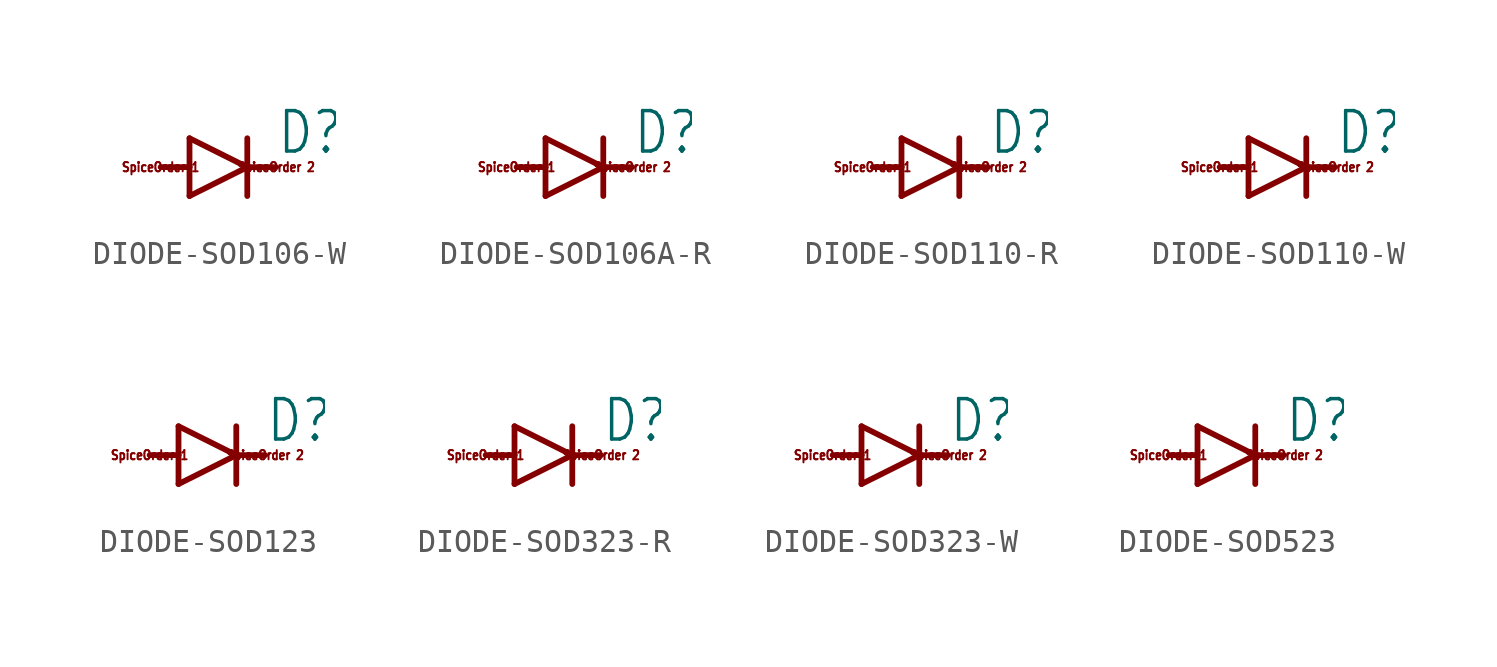
<source format=kicad_sym>
(kicad_symbol_lib
  (version 20220914)
  (generator kicad_symbol_editor)
  (symbol "DIODE-SOD106-W"
    (property "Reference" "D"
      (at 2.54 0.483 0)
      (effects (font (size 1.778 1.511)) (justify left bottom)))
    (property "Value" ""
      (at 2.54 -2.311 0)
      (effects (font (size 1.778 1.511)) (justify left bottom)))
    (property "ki_locked" ""
      (at 0 0 0)
      (effects (font (size 1.27 1.27))))
    (symbol "DIODE-SOD106-W_1_0"
      (polyline (pts (xy -1.27 -1.27) (xy 1.27 0)) (stroke (width 0.254) (type solid)) (fill (type none)))
      (polyline (pts (xy -1.27 0) (xy -2.54 0)) (stroke (width 0.254) (type solid)) (fill (type none)))
      (polyline (pts (xy -1.27 0) (xy -1.27 -1.27)) (stroke (width 0.254) (type solid)) (fill (type none)))
      (polyline (pts (xy -1.27 1.27) (xy -1.27 0)) (stroke (width 0.254) (type solid)) (fill (type none)))
      (polyline (pts (xy 1.27 0) (xy -1.27 1.27)) (stroke (width 0.254) (type solid)) (fill (type none)))
      (polyline (pts (xy 1.27 0) (xy 1.27 -1.27)) (stroke (width 0.254) (type solid)) (fill (type none)))
      (polyline (pts (xy 1.27 1.27) (xy 1.27 0)) (stroke (width 0.254) (type solid)) (fill (type none)))
      (polyline (pts (xy 2.54 0) (xy 1.27 0)) (stroke (width 0.254) (type solid)) (fill (type none)))
      (text "SpiceOrder 1" (at -2.54 0 0) (effects (font (size 0.406 0.345))))
      (text "SpiceOrder 2" (at 2.54 0 0) (effects (font (size 0.406 0.345))))
      (pin passive line (at -2.54 0 0) (length 0) (name "A" (effects (font (size 0 0)))) (number "A" (effects (font (size 0 0)))))
      (pin passive line (at 2.54 0 180) (length 0) (name "C" (effects (font (size 0 0)))) (number "C" (effects (font (size 0 0)))))))
  (symbol "DIODE-SOD106A-R"
    (property "Reference" "D"
      (at 2.54 0.483 0)
      (effects (font (size 1.778 1.511)) (justify left bottom)))
    (property "Value" ""
      (at 2.54 -2.311 0)
      (effects (font (size 1.778 1.511)) (justify left bottom)))
    (property "ki_locked" ""
      (at 0 0 0)
      (effects (font (size 1.27 1.27))))
    (symbol "DIODE-SOD106A-R_1_0"
      (polyline (pts (xy -1.27 -1.27) (xy 1.27 0)) (stroke (width 0.254) (type solid)) (fill (type none)))
      (polyline (pts (xy -1.27 0) (xy -2.54 0)) (stroke (width 0.254) (type solid)) (fill (type none)))
      (polyline (pts (xy -1.27 0) (xy -1.27 -1.27)) (stroke (width 0.254) (type solid)) (fill (type none)))
      (polyline (pts (xy -1.27 1.27) (xy -1.27 0)) (stroke (width 0.254) (type solid)) (fill (type none)))
      (polyline (pts (xy 1.27 0) (xy -1.27 1.27)) (stroke (width 0.254) (type solid)) (fill (type none)))
      (polyline (pts (xy 1.27 0) (xy 1.27 -1.27)) (stroke (width 0.254) (type solid)) (fill (type none)))
      (polyline (pts (xy 1.27 1.27) (xy 1.27 0)) (stroke (width 0.254) (type solid)) (fill (type none)))
      (polyline (pts (xy 2.54 0) (xy 1.27 0)) (stroke (width 0.254) (type solid)) (fill (type none)))
      (text "SpiceOrder 1" (at -2.54 0 0) (effects (font (size 0.406 0.345))))
      (text "SpiceOrder 2" (at 2.54 0 0) (effects (font (size 0.406 0.345))))
      (pin passive line (at -2.54 0 0) (length 0) (name "A" (effects (font (size 0 0)))) (number "A" (effects (font (size 0 0)))))
      (pin passive line (at 2.54 0 180) (length 0) (name "C" (effects (font (size 0 0)))) (number "C" (effects (font (size 0 0)))))))
  (symbol "DIODE-SOD110-R"
    (property "Reference" "D"
      (at 2.54 0.483 0)
      (effects (font (size 1.778 1.511)) (justify left bottom)))
    (property "Value" ""
      (at 2.54 -2.311 0)
      (effects (font (size 1.778 1.511)) (justify left bottom)))
    (property "ki_locked" ""
      (at 0 0 0)
      (effects (font (size 1.27 1.27))))
    (symbol "DIODE-SOD110-R_1_0"
      (polyline (pts (xy -1.27 -1.27) (xy 1.27 0)) (stroke (width 0.254) (type solid)) (fill (type none)))
      (polyline (pts (xy -1.27 0) (xy -2.54 0)) (stroke (width 0.254) (type solid)) (fill (type none)))
      (polyline (pts (xy -1.27 0) (xy -1.27 -1.27)) (stroke (width 0.254) (type solid)) (fill (type none)))
      (polyline (pts (xy -1.27 1.27) (xy -1.27 0)) (stroke (width 0.254) (type solid)) (fill (type none)))
      (polyline (pts (xy 1.27 0) (xy -1.27 1.27)) (stroke (width 0.254) (type solid)) (fill (type none)))
      (polyline (pts (xy 1.27 0) (xy 1.27 -1.27)) (stroke (width 0.254) (type solid)) (fill (type none)))
      (polyline (pts (xy 1.27 1.27) (xy 1.27 0)) (stroke (width 0.254) (type solid)) (fill (type none)))
      (polyline (pts (xy 2.54 0) (xy 1.27 0)) (stroke (width 0.254) (type solid)) (fill (type none)))
      (text "SpiceOrder 1" (at -2.54 0 0) (effects (font (size 0.406 0.345))))
      (text "SpiceOrder 2" (at 2.54 0 0) (effects (font (size 0.406 0.345))))
      (pin passive line (at -2.54 0 0) (length 0) (name "A" (effects (font (size 0 0)))) (number "A" (effects (font (size 0 0)))))
      (pin passive line (at 2.54 0 180) (length 0) (name "C" (effects (font (size 0 0)))) (number "C" (effects (font (size 0 0)))))))
  (symbol "DIODE-SOD110-W"
    (property "Reference" "D"
      (at 2.54 0.483 0)
      (effects (font (size 1.778 1.511)) (justify left bottom)))
    (property "Value" ""
      (at 2.54 -2.311 0)
      (effects (font (size 1.778 1.511)) (justify left bottom)))
    (property "ki_locked" ""
      (at 0 0 0)
      (effects (font (size 1.27 1.27))))
    (symbol "DIODE-SOD110-W_1_0"
      (polyline (pts (xy -1.27 -1.27) (xy 1.27 0)) (stroke (width 0.254) (type solid)) (fill (type none)))
      (polyline (pts (xy -1.27 0) (xy -2.54 0)) (stroke (width 0.254) (type solid)) (fill (type none)))
      (polyline (pts (xy -1.27 0) (xy -1.27 -1.27)) (stroke (width 0.254) (type solid)) (fill (type none)))
      (polyline (pts (xy -1.27 1.27) (xy -1.27 0)) (stroke (width 0.254) (type solid)) (fill (type none)))
      (polyline (pts (xy 1.27 0) (xy -1.27 1.27)) (stroke (width 0.254) (type solid)) (fill (type none)))
      (polyline (pts (xy 1.27 0) (xy 1.27 -1.27)) (stroke (width 0.254) (type solid)) (fill (type none)))
      (polyline (pts (xy 1.27 1.27) (xy 1.27 0)) (stroke (width 0.254) (type solid)) (fill (type none)))
      (polyline (pts (xy 2.54 0) (xy 1.27 0)) (stroke (width 0.254) (type solid)) (fill (type none)))
      (text "SpiceOrder 1" (at -2.54 0 0) (effects (font (size 0.406 0.345))))
      (text "SpiceOrder 2" (at 2.54 0 0) (effects (font (size 0.406 0.345))))
      (pin passive line (at -2.54 0 0) (length 0) (name "A" (effects (font (size 0 0)))) (number "A" (effects (font (size 0 0)))))
      (pin passive line (at 2.54 0 180) (length 0) (name "C" (effects (font (size 0 0)))) (number "C" (effects (font (size 0 0)))))))
  (symbol "DIODE-SOD123"
    (property "Reference" "D"
      (at 2.54 0.483 0)
      (effects (font (size 1.778 1.511)) (justify left bottom)))
    (property "Value" ""
      (at 2.54 -2.311 0)
      (effects (font (size 1.778 1.511)) (justify left bottom)))
    (property "ki_locked" ""
      (at 0 0 0)
      (effects (font (size 1.27 1.27))))
    (symbol "DIODE-SOD123_1_0"
      (polyline (pts (xy -1.27 -1.27) (xy 1.27 0)) (stroke (width 0.254) (type solid)) (fill (type none)))
      (polyline (pts (xy -1.27 0) (xy -2.54 0)) (stroke (width 0.254) (type solid)) (fill (type none)))
      (polyline (pts (xy -1.27 0) (xy -1.27 -1.27)) (stroke (width 0.254) (type solid)) (fill (type none)))
      (polyline (pts (xy -1.27 1.27) (xy -1.27 0)) (stroke (width 0.254) (type solid)) (fill (type none)))
      (polyline (pts (xy 1.27 0) (xy -1.27 1.27)) (stroke (width 0.254) (type solid)) (fill (type none)))
      (polyline (pts (xy 1.27 0) (xy 1.27 -1.27)) (stroke (width 0.254) (type solid)) (fill (type none)))
      (polyline (pts (xy 1.27 1.27) (xy 1.27 0)) (stroke (width 0.254) (type solid)) (fill (type none)))
      (polyline (pts (xy 2.54 0) (xy 1.27 0)) (stroke (width 0.254) (type solid)) (fill (type none)))
      (text "SpiceOrder 1" (at -2.54 0 0) (effects (font (size 0.406 0.345))))
      (text "SpiceOrder 2" (at 2.54 0 0) (effects (font (size 0.406 0.345))))
      (pin passive line (at -2.54 0 0) (length 0) (name "A" (effects (font (size 0 0)))) (number "A" (effects (font (size 0 0)))))
      (pin passive line (at 2.54 0 180) (length 0) (name "C" (effects (font (size 0 0)))) (number "C" (effects (font (size 0 0)))))))
  (symbol "DIODE-SOD323-R"
    (property "Reference" "D"
      (at 2.54 0.483 0)
      (effects (font (size 1.778 1.511)) (justify left bottom)))
    (property "Value" ""
      (at 2.54 -2.311 0)
      (effects (font (size 1.778 1.511)) (justify left bottom)))
    (property "ki_locked" ""
      (at 0 0 0)
      (effects (font (size 1.27 1.27))))
    (symbol "DIODE-SOD323-R_1_0"
      (polyline (pts (xy -1.27 -1.27) (xy 1.27 0)) (stroke (width 0.254) (type solid)) (fill (type none)))
      (polyline (pts (xy -1.27 0) (xy -2.54 0)) (stroke (width 0.254) (type solid)) (fill (type none)))
      (polyline (pts (xy -1.27 0) (xy -1.27 -1.27)) (stroke (width 0.254) (type solid)) (fill (type none)))
      (polyline (pts (xy -1.27 1.27) (xy -1.27 0)) (stroke (width 0.254) (type solid)) (fill (type none)))
      (polyline (pts (xy 1.27 0) (xy -1.27 1.27)) (stroke (width 0.254) (type solid)) (fill (type none)))
      (polyline (pts (xy 1.27 0) (xy 1.27 -1.27)) (stroke (width 0.254) (type solid)) (fill (type none)))
      (polyline (pts (xy 1.27 1.27) (xy 1.27 0)) (stroke (width 0.254) (type solid)) (fill (type none)))
      (polyline (pts (xy 2.54 0) (xy 1.27 0)) (stroke (width 0.254) (type solid)) (fill (type none)))
      (text "SpiceOrder 1" (at -2.54 0 0) (effects (font (size 0.406 0.345))))
      (text "SpiceOrder 2" (at 2.54 0 0) (effects (font (size 0.406 0.345))))
      (pin passive line (at -2.54 0 0) (length 0) (name "A" (effects (font (size 0 0)))) (number "A" (effects (font (size 0 0)))))
      (pin passive line (at 2.54 0 180) (length 0) (name "C" (effects (font (size 0 0)))) (number "C" (effects (font (size 0 0)))))))
  (symbol "DIODE-SOD323-W"
    (property "Reference" "D"
      (at 2.54 0.483 0)
      (effects (font (size 1.778 1.511)) (justify left bottom)))
    (property "Value" ""
      (at 2.54 -2.311 0)
      (effects (font (size 1.778 1.511)) (justify left bottom)))
    (property "ki_locked" ""
      (at 0 0 0)
      (effects (font (size 1.27 1.27))))
    (symbol "DIODE-SOD323-W_1_0"
      (polyline (pts (xy -1.27 -1.27) (xy 1.27 0)) (stroke (width 0.254) (type solid)) (fill (type none)))
      (polyline (pts (xy -1.27 0) (xy -2.54 0)) (stroke (width 0.254) (type solid)) (fill (type none)))
      (polyline (pts (xy -1.27 0) (xy -1.27 -1.27)) (stroke (width 0.254) (type solid)) (fill (type none)))
      (polyline (pts (xy -1.27 1.27) (xy -1.27 0)) (stroke (width 0.254) (type solid)) (fill (type none)))
      (polyline (pts (xy 1.27 0) (xy -1.27 1.27)) (stroke (width 0.254) (type solid)) (fill (type none)))
      (polyline (pts (xy 1.27 0) (xy 1.27 -1.27)) (stroke (width 0.254) (type solid)) (fill (type none)))
      (polyline (pts (xy 1.27 1.27) (xy 1.27 0)) (stroke (width 0.254) (type solid)) (fill (type none)))
      (polyline (pts (xy 2.54 0) (xy 1.27 0)) (stroke (width 0.254) (type solid)) (fill (type none)))
      (text "SpiceOrder 1" (at -2.54 0 0) (effects (font (size 0.406 0.345))))
      (text "SpiceOrder 2" (at 2.54 0 0) (effects (font (size 0.406 0.345))))
      (pin passive line (at -2.54 0 0) (length 0) (name "A" (effects (font (size 0 0)))) (number "A" (effects (font (size 0 0)))))
      (pin passive line (at 2.54 0 180) (length 0) (name "C" (effects (font (size 0 0)))) (number "C" (effects (font (size 0 0)))))))
  (symbol "DIODE-SOD523"
    (property "Reference" "D"
      (at 2.54 0.483 0)
      (effects (font (size 1.778 1.511)) (justify left bottom)))
    (property "Value" ""
      (at 2.54 -2.311 0)
      (effects (font (size 1.778 1.511)) (justify left bottom)))
    (property "ki_locked" ""
      (at 0 0 0)
      (effects (font (size 1.27 1.27))))
    (symbol "DIODE-SOD523_1_0"
      (polyline (pts (xy -1.27 -1.27) (xy 1.27 0)) (stroke (width 0.254) (type solid)) (fill (type none)))
      (polyline (pts (xy -1.27 0) (xy -2.54 0)) (stroke (width 0.254) (type solid)) (fill (type none)))
      (polyline (pts (xy -1.27 0) (xy -1.27 -1.27)) (stroke (width 0.254) (type solid)) (fill (type none)))
      (polyline (pts (xy -1.27 1.27) (xy -1.27 0)) (stroke (width 0.254) (type solid)) (fill (type none)))
      (polyline (pts (xy 1.27 0) (xy -1.27 1.27)) (stroke (width 0.254) (type solid)) (fill (type none)))
      (polyline (pts (xy 1.27 0) (xy 1.27 -1.27)) (stroke (width 0.254) (type solid)) (fill (type none)))
      (polyline (pts (xy 1.27 1.27) (xy 1.27 0)) (stroke (width 0.254) (type solid)) (fill (type none)))
      (polyline (pts (xy 2.54 0) (xy 1.27 0)) (stroke (width 0.254) (type solid)) (fill (type none)))
      (text "SpiceOrder 1" (at -2.54 0 0) (effects (font (size 0.406 0.345))))
      (text "SpiceOrder 2" (at 2.54 0 0) (effects (font (size 0.406 0.345))))
      (pin passive line (at -2.54 0 0) (length 0) (name "A" (effects (font (size 0 0)))) (number "A" (effects (font (size 0 0)))))
      (pin passive line (at 2.54 0 180) (length 0) (name "C" (effects (font (size 0 0)))) (number "C" (effects (font (size 0 0))))))))
</source>
